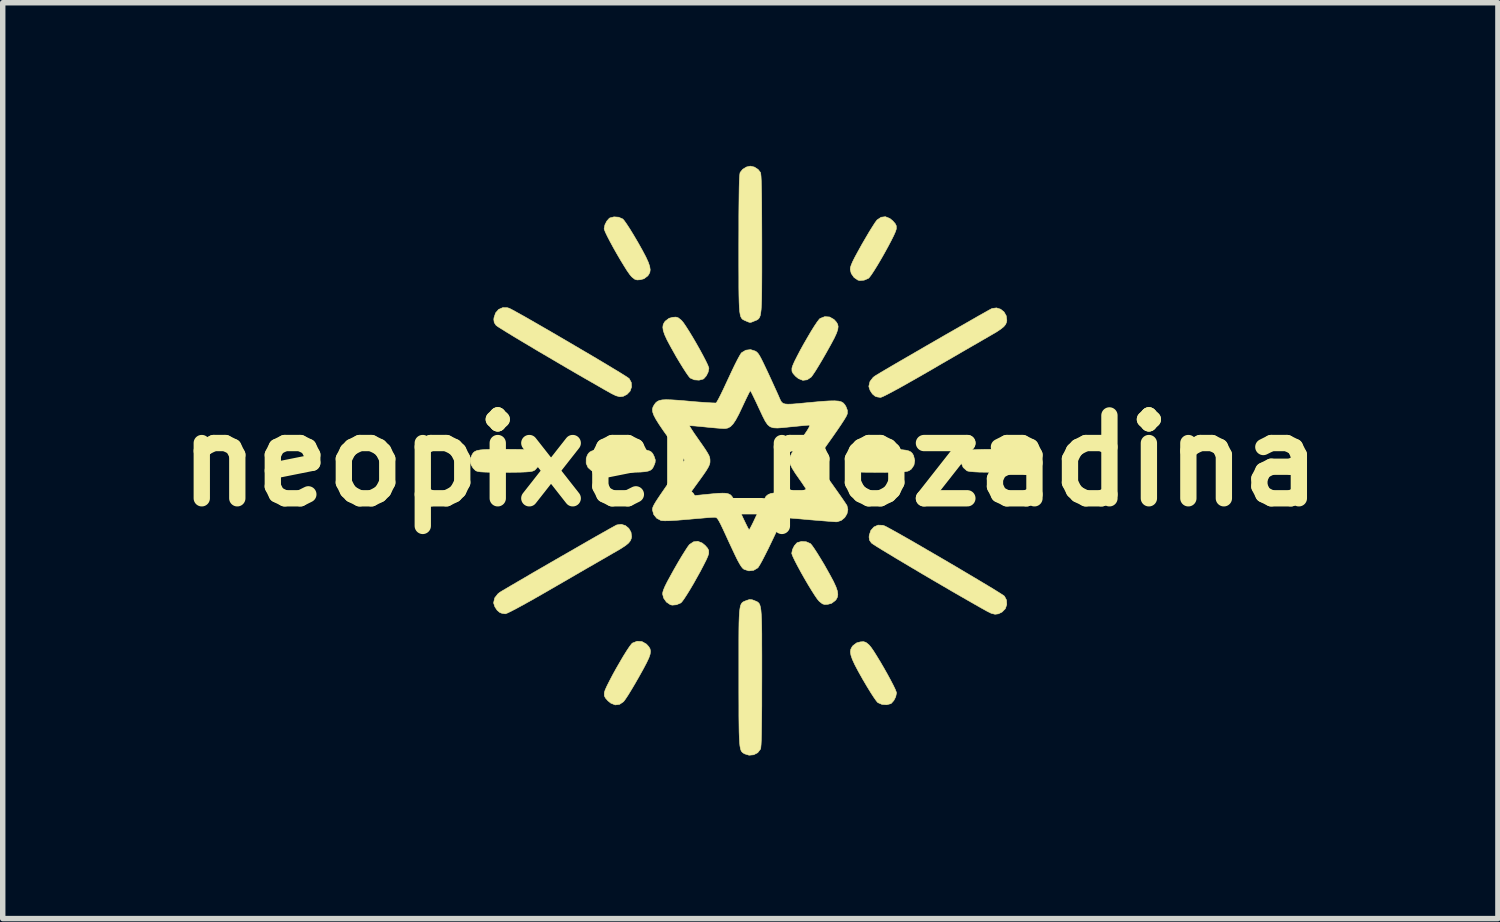
<source format=kicad_pcb>
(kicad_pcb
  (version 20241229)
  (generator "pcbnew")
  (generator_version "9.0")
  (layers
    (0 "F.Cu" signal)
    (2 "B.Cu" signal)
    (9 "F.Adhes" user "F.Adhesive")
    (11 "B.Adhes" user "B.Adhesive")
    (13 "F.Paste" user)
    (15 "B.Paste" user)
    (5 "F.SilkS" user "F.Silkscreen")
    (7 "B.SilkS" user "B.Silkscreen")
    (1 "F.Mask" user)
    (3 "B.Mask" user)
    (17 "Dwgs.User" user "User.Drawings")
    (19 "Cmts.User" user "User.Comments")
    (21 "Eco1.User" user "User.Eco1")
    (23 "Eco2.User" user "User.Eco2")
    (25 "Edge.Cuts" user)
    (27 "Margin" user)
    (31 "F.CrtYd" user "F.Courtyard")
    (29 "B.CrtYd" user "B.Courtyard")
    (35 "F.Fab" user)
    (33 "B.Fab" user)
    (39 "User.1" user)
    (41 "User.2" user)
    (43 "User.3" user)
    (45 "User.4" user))
  (footprint "neopixel_pozadina"
    (layer "F.Cu")
    (at 10.748 5.424)
    (property "Reference" "neopixel_pozadina" (at 0 0 0) (layer "F.SilkS") (effects (font (size 1.524 1.524) (thickness 0.3))))
    (attr through_hole)
    (fp_poly (pts (xy -0.885 1.512) (xy -0.831 1.556) (xy -0.786 1.607) (xy -0.766 1.647) (xy -0.765 1.696) (xy -0.767 1.711) (xy -0.781 1.755) (xy -0.813 1.827) (xy -0.86 1.919) (xy -0.916 2.027) (xy -0.98 2.142) (xy -1.045 2.258) (xy -1.11 2.368) (xy -1.17 2.465) (xy -1.221 2.543) (xy -1.26 2.595) (xy -1.278 2.613) (xy -1.358 2.647) (xy -1.436 2.654) (xy -1.471 2.646) (xy -1.543 2.597) (xy -1.594 2.524) (xy -1.613 2.45) (xy -1.609 2.416) (xy -1.595 2.37) (xy -1.569 2.308) (xy -1.527 2.224) (xy -1.467 2.114) (xy -1.396 1.986) (xy -1.327 1.866) (xy -1.261 1.755) (xy -1.202 1.661) (xy -1.155 1.588) (xy -1.123 1.545) (xy -1.119 1.54) (xy -1.045 1.49) (xy -0.966 1.48) (xy -0.885 1.512)) (stroke (width 0.01) (type solid)) (fill yes) (layer "F.SilkS"))
    (fp_poly (pts (xy 2.565 -4.457) (xy 2.619 -4.413) (xy 2.664 -4.362) (xy 2.684 -4.322) (xy 2.685 -4.273) (xy 2.683 -4.258) (xy 2.669 -4.214) (xy 2.637 -4.142) (xy 2.591 -4.05) (xy 2.534 -3.942) (xy 2.471 -3.827) (xy 2.405 -3.711) (xy 2.34 -3.601) (xy 2.28 -3.504) (xy 2.229 -3.426) (xy 2.19 -3.374) (xy 2.173 -3.356) (xy 2.093 -3.322) (xy 2.014 -3.315) (xy 1.979 -3.323) (xy 1.907 -3.372) (xy 1.856 -3.445) (xy 1.838 -3.519) (xy 1.841 -3.553) (xy 1.855 -3.599) (xy 1.881 -3.661) (xy 1.923 -3.745) (xy 1.983 -3.855) (xy 2.054 -3.983) (xy 2.124 -4.103) (xy 2.189 -4.214) (xy 2.248 -4.308) (xy 2.295 -4.381) (xy 2.327 -4.424) (xy 2.331 -4.429) (xy 2.405 -4.479) (xy 2.484 -4.489) (xy 2.565 -4.457)) (stroke (width 0.01) (type solid)) (fill yes) (layer "F.SilkS"))
    (fp_poly (pts (xy -1.993 3.324) (xy -1.913 3.369) (xy -1.902 3.38) (xy -1.867 3.419) (xy -1.844 3.458) (xy -1.836 3.501) (xy -1.842 3.555) (xy -1.865 3.623) (xy -1.907 3.712) (xy -1.967 3.826) (xy -2.048 3.971) (xy -2.054 3.982) (xy -2.123 4.102) (xy -2.189 4.213) (xy -2.247 4.308) (xy -2.295 4.38) (xy -2.327 4.424) (xy -2.331 4.429) (xy -2.405 4.479) (xy -2.484 4.489) (xy -2.565 4.457) (xy -2.619 4.413) (xy -2.664 4.362) (xy -2.684 4.322) (xy -2.685 4.273) (xy -2.683 4.258) (xy -2.669 4.213) (xy -2.636 4.14) (xy -2.589 4.047) (xy -2.532 3.938) (xy -2.468 3.822) (xy -2.401 3.706) (xy -2.336 3.595) (xy -2.275 3.497) (xy -2.223 3.419) (xy -2.184 3.368) (xy -2.168 3.352) (xy -2.081 3.318) (xy -1.993 3.324)) (stroke (width 0.01) (type solid)) (fill yes) (layer "F.SilkS"))
    (fp_poly (pts (xy 1.457 -2.645) (xy 1.537 -2.6) (xy 1.548 -2.589) (xy 1.583 -2.55) (xy 1.606 -2.511) (xy 1.615 -2.468) (xy 1.608 -2.414) (xy 1.585 -2.346) (xy 1.544 -2.257) (xy 1.483 -2.143) (xy 1.402 -1.998) (xy 1.396 -1.987) (xy 1.327 -1.867) (xy 1.261 -1.756) (xy 1.203 -1.661) (xy 1.155 -1.589) (xy 1.124 -1.545) (xy 1.119 -1.54) (xy 1.045 -1.49) (xy 0.966 -1.48) (xy 0.885 -1.512) (xy 0.831 -1.556) (xy 0.786 -1.607) (xy 0.766 -1.647) (xy 0.765 -1.696) (xy 0.767 -1.711) (xy 0.782 -1.756) (xy 0.814 -1.829) (xy 0.861 -1.922) (xy 0.918 -2.031) (xy 0.982 -2.147) (xy 1.049 -2.263) (xy 1.114 -2.374) (xy 1.175 -2.472) (xy 1.227 -2.55) (xy 1.266 -2.601) (xy 1.282 -2.617) (xy 1.369 -2.651) (xy 1.457 -2.645)) (stroke (width 0.01) (type solid)) (fill yes) (layer "F.SilkS"))
    (fp_poly (pts (xy -2.422 -4.48) (xy -2.348 -4.448) (xy -2.343 -4.445) (xy -2.316 -4.413) (xy -2.273 -4.352) (xy -2.217 -4.266) (xy -2.153 -4.162) (xy -2.085 -4.047) (xy -2.073 -4.027) (xy -1.986 -3.872) (xy -1.921 -3.749) (xy -1.876 -3.651) (xy -1.85 -3.574) (xy -1.841 -3.513) (xy -1.848 -3.464) (xy -1.871 -3.421) (xy -1.887 -3.4) (xy -1.956 -3.348) (xy -2.024 -3.33) (xy -2.082 -3.326) (xy -2.125 -3.339) (xy -2.171 -3.375) (xy -2.186 -3.389) (xy -2.22 -3.43) (xy -2.268 -3.499) (xy -2.325 -3.59) (xy -2.389 -3.695) (xy -2.455 -3.808) (xy -2.52 -3.923) (xy -2.579 -4.032) (xy -2.629 -4.128) (xy -2.666 -4.205) (xy -2.686 -4.257) (xy -2.688 -4.27) (xy -2.674 -4.339) (xy -2.64 -4.407) (xy -2.595 -4.458) (xy -2.584 -4.466) (xy -2.507 -4.486) (xy -2.422 -4.48)) (stroke (width 0.01) (type solid)) (fill yes) (layer "F.SilkS"))
    (fp_poly (pts (xy -1.326 -2.63) (xy -1.28 -2.594) (xy -1.264 -2.58) (xy -1.23 -2.539) (xy -1.183 -2.47) (xy -1.125 -2.379) (xy -1.061 -2.274) (xy -0.995 -2.161) (xy -0.93 -2.046) (xy -0.871 -1.937) (xy -0.821 -1.841) (xy -0.784 -1.764) (xy -0.764 -1.712) (xy -0.762 -1.699) (xy -0.776 -1.63) (xy -0.81 -1.562) (xy -0.855 -1.511) (xy -0.867 -1.503) (xy -0.943 -1.483) (xy -1.028 -1.489) (xy -1.102 -1.521) (xy -1.107 -1.524) (xy -1.134 -1.556) (xy -1.177 -1.617) (xy -1.233 -1.703) (xy -1.297 -1.807) (xy -1.366 -1.922) (xy -1.377 -1.942) (xy -1.464 -2.097) (xy -1.53 -2.22) (xy -1.575 -2.318) (xy -1.601 -2.395) (xy -1.609 -2.456) (xy -1.602 -2.505) (xy -1.58 -2.548) (xy -1.563 -2.569) (xy -1.494 -2.621) (xy -1.426 -2.639) (xy -1.368 -2.643) (xy -1.326 -2.63)) (stroke (width 0.01) (type solid)) (fill yes) (layer "F.SilkS"))
    (fp_poly (pts (xy 1.028 1.489) (xy 1.102 1.521) (xy 1.107 1.524) (xy 1.134 1.556) (xy 1.177 1.617) (xy 1.233 1.703) (xy 1.297 1.807) (xy 1.366 1.922) (xy 1.377 1.942) (xy 1.464 2.097) (xy 1.53 2.22) (xy 1.575 2.318) (xy 1.601 2.395) (xy 1.609 2.456) (xy 1.602 2.505) (xy 1.58 2.548) (xy 1.563 2.569) (xy 1.494 2.621) (xy 1.426 2.639) (xy 1.368 2.643) (xy 1.326 2.63) (xy 1.28 2.594) (xy 1.264 2.58) (xy 1.23 2.539) (xy 1.183 2.47) (xy 1.125 2.379) (xy 1.061 2.274) (xy 0.995 2.161) (xy 0.93 2.046) (xy 0.871 1.937) (xy 0.821 1.841) (xy 0.784 1.764) (xy 0.764 1.712) (xy 0.762 1.699) (xy 0.776 1.63) (xy 0.81 1.562) (xy 0.855 1.511) (xy 0.867 1.503) (xy 0.943 1.483) (xy 1.028 1.489)) (stroke (width 0.01) (type solid)) (fill yes) (layer "F.SilkS"))
    (fp_poly (pts (xy 2.125 3.339) (xy 2.171 3.375) (xy 2.186 3.389) (xy 2.22 3.43) (xy 2.268 3.499) (xy 2.325 3.59) (xy 2.389 3.695) (xy 2.455 3.808) (xy 2.52 3.923) (xy 2.579 4.032) (xy 2.629 4.128) (xy 2.666 4.205) (xy 2.686 4.257) (xy 2.688 4.27) (xy 2.674 4.339) (xy 2.64 4.407) (xy 2.595 4.458) (xy 2.584 4.466) (xy 2.507 4.486) (xy 2.422 4.48) (xy 2.348 4.448) (xy 2.343 4.445) (xy 2.316 4.413) (xy 2.273 4.352) (xy 2.217 4.266) (xy 2.153 4.162) (xy 2.085 4.047) (xy 2.073 4.027) (xy 1.986 3.872) (xy 1.921 3.749) (xy 1.876 3.651) (xy 1.85 3.574) (xy 1.841 3.513) (xy 1.848 3.464) (xy 1.871 3.421) (xy 1.887 3.4) (xy 1.956 3.348) (xy 2.024 3.33) (xy 2.082 3.326) (xy 2.125 3.339)) (stroke (width 0.01) (type solid)) (fill yes) (layer "F.SilkS"))
    (fp_poly (pts (xy -2.207 -0.211) (xy -2.077 -0.209) (xy -1.979 -0.205) (xy -1.907 -0.196) (xy -1.856 -0.182) (xy -1.82 -0.161) (xy -1.795 -0.133) (xy -1.776 -0.096) (xy -1.765 -0.071) (xy -1.747 -0.015) (xy -1.751 0.033) (xy -1.765 0.071) (xy -1.784 0.114) (xy -1.805 0.147) (xy -1.834 0.171) (xy -1.875 0.188) (xy -1.934 0.2) (xy -2.016 0.207) (xy -2.127 0.21) (xy -2.271 0.211) (xy -2.381 0.211) (xy -2.552 0.21) (xy -2.686 0.208) (xy -2.786 0.203) (xy -2.856 0.197) (xy -2.901 0.189) (xy -2.919 0.182) (xy -2.985 0.123) (xy -3.019 0.045) (xy -3.018 -0.044) (xy -2.997 -0.103) (xy -2.977 -0.136) (xy -2.952 -0.161) (xy -2.917 -0.18) (xy -2.866 -0.194) (xy -2.795 -0.203) (xy -2.698 -0.208) (xy -2.57 -0.211) (xy -2.405 -0.212) (xy -2.374 -0.212) (xy -2.207 -0.211)) (stroke (width 0.01) (type solid)) (fill yes) (layer "F.SilkS"))
    (fp_poly (pts (xy 4.693 -0.211) (xy 4.823 -0.209) (xy 4.922 -0.205) (xy 4.994 -0.196) (xy 5.045 -0.182) (xy 5.08 -0.161) (xy 5.105 -0.133) (xy 5.125 -0.096) (xy 5.135 -0.071) (xy 5.154 -0.015) (xy 5.149 0.033) (xy 5.135 0.071) (xy 5.116 0.114) (xy 5.095 0.147) (xy 5.067 0.171) (xy 5.026 0.188) (xy 4.967 0.2) (xy 4.884 0.207) (xy 4.774 0.21) (xy 4.629 0.211) (xy 4.52 0.211) (xy 4.348 0.21) (xy 4.214 0.208) (xy 4.114 0.203) (xy 4.044 0.197) (xy 4 0.189) (xy 3.982 0.182) (xy 3.915 0.123) (xy 3.881 0.045) (xy 3.882 -0.044) (xy 3.904 -0.103) (xy 3.923 -0.136) (xy 3.948 -0.161) (xy 3.984 -0.18) (xy 4.034 -0.194) (xy 4.105 -0.203) (xy 4.203 -0.208) (xy 4.331 -0.211) (xy 4.495 -0.212) (xy 4.526 -0.212) (xy 4.693 -0.211)) (stroke (width 0.01) (type solid)) (fill yes) (layer "F.SilkS"))
    (fp_poly (pts (xy -4.357 -0.211) (xy -4.228 -0.209) (xy -4.131 -0.206) (xy -4.061 -0.2) (xy -4.013 -0.192) (xy -3.983 -0.182) (xy -3.982 -0.182) (xy -3.918 -0.127) (xy -3.883 -0.054) (xy -3.878 0.026) (xy -3.903 0.104) (xy -3.957 0.166) (xy -3.982 0.182) (xy -4.012 0.192) (xy -4.058 0.2) (xy -4.127 0.205) (xy -4.223 0.209) (xy -4.351 0.211) (xy -4.516 0.212) (xy -4.524 0.212) (xy -4.683 0.211) (xy -4.806 0.21) (xy -4.897 0.207) (xy -4.963 0.203) (xy -5.008 0.196) (xy -5.038 0.187) (xy -5.056 0.177) (xy -5.099 0.133) (xy -5.134 0.075) (xy -5.135 0.071) (xy -5.154 0.015) (xy -5.149 -0.033) (xy -5.135 -0.071) (xy -5.116 -0.114) (xy -5.095 -0.147) (xy -5.066 -0.171) (xy -5.025 -0.189) (xy -4.965 -0.2) (xy -4.883 -0.207) (xy -4.771 -0.21) (xy -4.626 -0.212) (xy -4.524 -0.212) (xy -4.357 -0.211)) (stroke (width 0.01) (type solid)) (fill yes) (layer "F.SilkS"))
    (fp_poly (pts (xy 2.548 -0.211) (xy 2.683 -0.209) (xy 2.786 -0.204) (xy 2.862 -0.195) (xy 2.916 -0.181) (xy 2.953 -0.162) (xy 2.979 -0.136) (xy 2.998 -0.103) (xy 3.002 -0.096) (xy 3.024 -0.005) (xy 3.009 0.081) (xy 2.962 0.151) (xy 2.918 0.182) (xy 2.888 0.192) (xy 2.842 0.2) (xy 2.773 0.205) (xy 2.677 0.209) (xy 2.549 0.211) (xy 2.384 0.212) (xy 2.376 0.212) (xy 2.217 0.211) (xy 2.094 0.21) (xy 2.003 0.207) (xy 1.938 0.203) (xy 1.893 0.196) (xy 1.863 0.187) (xy 1.844 0.177) (xy 1.802 0.133) (xy 1.766 0.075) (xy 1.765 0.071) (xy 1.747 0.015) (xy 1.751 -0.033) (xy 1.765 -0.071) (xy 1.784 -0.114) (xy 1.805 -0.147) (xy 1.834 -0.171) (xy 1.876 -0.189) (xy 1.935 -0.2) (xy 2.018 -0.207) (xy 2.129 -0.21) (xy 2.275 -0.212) (xy 2.376 -0.212) (xy 2.548 -0.211)) (stroke (width 0.01) (type solid)) (fill yes) (layer "F.SilkS"))
    (fp_poly (pts (xy -4.466 -2.815) (xy -4.434 -2.805) (xy -4.395 -2.786) (xy -4.325 -2.748) (xy -4.228 -2.694) (xy -4.107 -2.626) (xy -3.968 -2.546) (xy -3.813 -2.457) (xy -3.647 -2.361) (xy -3.474 -2.26) (xy -3.298 -2.157) (xy -3.123 -2.054) (xy -2.952 -1.954) (xy -2.79 -1.858) (xy -2.641 -1.769) (xy -2.509 -1.689) (xy -2.398 -1.622) (xy -2.311 -1.568) (xy -2.253 -1.53) (xy -2.228 -1.512) (xy -2.189 -1.44) (xy -2.184 -1.358) (xy -2.211 -1.281) (xy -2.267 -1.222) (xy -2.269 -1.221) (xy -2.337 -1.186) (xy -2.4 -1.178) (xy -2.471 -1.197) (xy -2.551 -1.236) (xy -2.685 -1.311) (xy -2.836 -1.398) (xy -3.002 -1.493) (xy -3.177 -1.594) (xy -3.358 -1.699) (xy -3.542 -1.807) (xy -3.724 -1.914) (xy -3.902 -2.018) (xy -4.069 -2.118) (xy -4.225 -2.211) (xy -4.363 -2.294) (xy -4.481 -2.366) (xy -4.574 -2.424) (xy -4.639 -2.465) (xy -4.672 -2.489) (xy -4.675 -2.491) (xy -4.709 -2.542) (xy -4.717 -2.597) (xy -4.714 -2.63) (xy -4.684 -2.72) (xy -4.628 -2.784) (xy -4.552 -2.817) (xy -4.466 -2.815)) (stroke (width 0.01) (type solid)) (fill yes) (layer "F.SilkS"))
    (fp_poly (pts (xy 2.435 1.186) (xy 2.466 1.196) (xy 2.505 1.215) (xy 2.575 1.253) (xy 2.673 1.307) (xy 2.793 1.375) (xy 2.933 1.454) (xy 3.087 1.543) (xy 3.253 1.64) (xy 3.426 1.74) (xy 3.602 1.843) (xy 3.778 1.946) (xy 3.948 2.047) (xy 4.11 2.143) (xy 4.259 2.232) (xy 4.391 2.311) (xy 4.503 2.379) (xy 4.589 2.433) (xy 4.647 2.47) (xy 4.673 2.489) (xy 4.711 2.561) (xy 4.716 2.642) (xy 4.69 2.719) (xy 4.633 2.778) (xy 4.631 2.78) (xy 4.563 2.814) (xy 4.5 2.822) (xy 4.429 2.804) (xy 4.349 2.764) (xy 4.215 2.689) (xy 4.064 2.603) (xy 3.899 2.508) (xy 3.723 2.407) (xy 3.542 2.301) (xy 3.358 2.194) (xy 3.176 2.087) (xy 2.999 1.982) (xy 2.831 1.882) (xy 2.676 1.79) (xy 2.538 1.706) (xy 2.42 1.635) (xy 2.326 1.577) (xy 2.261 1.535) (xy 2.228 1.512) (xy 2.226 1.509) (xy 2.192 1.459) (xy 2.184 1.404) (xy 2.187 1.37) (xy 2.216 1.281) (xy 2.273 1.217) (xy 2.348 1.183) (xy 2.435 1.186)) (stroke (width 0.01) (type solid)) (fill yes) (layer "F.SilkS"))
    (fp_poly (pts (xy -2.297 1.191) (xy -2.235 1.242) (xy -2.194 1.313) (xy -2.183 1.395) (xy -2.189 1.428) (xy -2.206 1.47) (xy -2.239 1.512) (xy -2.293 1.557) (xy -2.375 1.611) (xy -2.475 1.67) (xy -2.53 1.701) (xy -2.617 1.752) (xy -2.732 1.818) (xy -2.87 1.898) (xy -3.027 1.988) (xy -3.198 2.087) (xy -3.378 2.192) (xy -3.555 2.294) (xy -3.776 2.422) (xy -3.972 2.534) (xy -4.14 2.628) (xy -4.279 2.704) (xy -4.386 2.76) (xy -4.461 2.797) (xy -4.502 2.813) (xy -4.507 2.814) (xy -4.568 2.804) (xy -4.605 2.791) (xy -4.655 2.749) (xy -4.697 2.686) (xy -4.719 2.62) (xy -4.72 2.607) (xy -4.7 2.521) (xy -4.641 2.446) (xy -4.608 2.42) (xy -4.57 2.396) (xy -4.5 2.355) (xy -4.404 2.298) (xy -4.284 2.228) (xy -4.145 2.147) (xy -3.992 2.057) (xy -3.827 1.962) (xy -3.656 1.863) (xy -3.481 1.762) (xy -3.308 1.663) (xy -3.14 1.566) (xy -2.982 1.475) (xy -2.837 1.392) (xy -2.709 1.32) (xy -2.603 1.26) (xy -2.522 1.215) (xy -2.471 1.187) (xy -2.455 1.179) (xy -2.373 1.168) (xy -2.297 1.191)) (stroke (width 0.01) (type solid)) (fill yes) (layer "F.SilkS"))
    (fp_poly (pts (xy 4.603 -2.788) (xy 4.666 -2.737) (xy 4.706 -2.667) (xy 4.717 -2.584) (xy 4.712 -2.551) (xy 4.695 -2.509) (xy 4.662 -2.468) (xy 4.607 -2.423) (xy 4.526 -2.369) (xy 4.425 -2.31) (xy 4.37 -2.278) (xy 4.283 -2.228) (xy 4.168 -2.161) (xy 4.03 -2.082) (xy 3.873 -1.991) (xy 3.703 -1.892) (xy 3.522 -1.788) (xy 3.346 -1.685) (xy 3.124 -1.557) (xy 2.928 -1.446) (xy 2.76 -1.351) (xy 2.622 -1.276) (xy 2.514 -1.219) (xy 2.439 -1.182) (xy 2.398 -1.166) (xy 2.393 -1.166) (xy 2.332 -1.175) (xy 2.295 -1.188) (xy 2.245 -1.23) (xy 2.203 -1.294) (xy 2.181 -1.36) (xy 2.18 -1.373) (xy 2.201 -1.459) (xy 2.259 -1.534) (xy 2.292 -1.559) (xy 2.331 -1.583) (xy 2.4 -1.625) (xy 2.497 -1.682) (xy 2.616 -1.752) (xy 2.755 -1.833) (xy 2.909 -1.922) (xy 3.073 -2.017) (xy 3.245 -2.117) (xy 3.419 -2.217) (xy 3.592 -2.317) (xy 3.76 -2.413) (xy 3.919 -2.504) (xy 4.064 -2.587) (xy 4.191 -2.66) (xy 4.298 -2.72) (xy 4.378 -2.765) (xy 4.429 -2.793) (xy 4.446 -2.801) (xy 4.527 -2.812) (xy 4.603 -2.788)) (stroke (width 0.01) (type solid)) (fill yes) (layer "F.SilkS"))
    (fp_poly (pts (xy 0.075 -5.402) (xy 0.143 -5.358) (xy 0.186 -5.303) (xy 0.192 -5.278) (xy 0.197 -5.23) (xy 0.201 -5.155) (xy 0.204 -5.052) (xy 0.207 -4.919) (xy 0.209 -4.753) (xy 0.21 -4.551) (xy 0.211 -4.312) (xy 0.212 -4.034) (xy 0.212 -3.972) (xy 0.212 -3.701) (xy 0.212 -3.468) (xy 0.211 -3.272) (xy 0.21 -3.108) (xy 0.208 -2.974) (xy 0.204 -2.866) (xy 0.199 -2.782) (xy 0.191 -2.718) (xy 0.182 -2.67) (xy 0.169 -2.637) (xy 0.154 -2.614) (xy 0.135 -2.598) (xy 0.113 -2.586) (xy 0.087 -2.576) (xy 0.072 -2.57) (xy 0.024 -2.55) (xy -0.005 -2.544) (xy -0.034 -2.552) (xy -0.077 -2.57) (xy -0.104 -2.582) (xy -0.127 -2.593) (xy -0.147 -2.606) (xy -0.163 -2.626) (xy -0.177 -2.654) (xy -0.187 -2.694) (xy -0.196 -2.75) (xy -0.202 -2.825) (xy -0.206 -2.921) (xy -0.209 -3.042) (xy -0.211 -3.191) (xy -0.211 -3.372) (xy -0.212 -3.587) (xy -0.212 -3.839) (xy -0.212 -3.972) (xy -0.211 -4.259) (xy -0.211 -4.506) (xy -0.209 -4.715) (xy -0.207 -4.888) (xy -0.205 -5.028) (xy -0.202 -5.137) (xy -0.198 -5.217) (xy -0.193 -5.271) (xy -0.188 -5.3) (xy -0.186 -5.303) (xy -0.14 -5.361) (xy -0.071 -5.403) (xy 0 -5.419) (xy 0.075 -5.402)) (stroke (width 0.01) (type solid)) (fill yes) (layer "F.SilkS"))
    (fp_poly (pts (xy 0.033 2.555) (xy 0.071 2.569) (xy 0.1 2.581) (xy 0.124 2.591) (xy 0.144 2.605) (xy 0.161 2.623) (xy 0.175 2.651) (xy 0.186 2.691) (xy 0.195 2.746) (xy 0.201 2.82) (xy 0.206 2.915) (xy 0.209 3.035) (xy 0.211 3.183) (xy 0.211 3.362) (xy 0.212 3.575) (xy 0.212 3.826) (xy 0.212 3.972) (xy 0.211 4.259) (xy 0.211 4.506) (xy 0.209 4.715) (xy 0.207 4.888) (xy 0.205 5.028) (xy 0.202 5.137) (xy 0.198 5.217) (xy 0.193 5.271) (xy 0.188 5.3) (xy 0.186 5.303) (xy 0.136 5.368) (xy 0.062 5.406) (xy -0.023 5.414) (xy -0.104 5.389) (xy -0.125 5.377) (xy -0.143 5.364) (xy -0.159 5.348) (xy -0.172 5.324) (xy -0.182 5.29) (xy -0.191 5.242) (xy -0.197 5.178) (xy -0.202 5.094) (xy -0.206 4.987) (xy -0.208 4.854) (xy -0.21 4.692) (xy -0.21 4.497) (xy -0.211 4.266) (xy -0.211 3.996) (xy -0.211 3.979) (xy -0.211 3.706) (xy -0.211 3.473) (xy -0.211 3.276) (xy -0.21 3.112) (xy -0.208 2.977) (xy -0.204 2.869) (xy -0.199 2.784) (xy -0.191 2.719) (xy -0.182 2.671) (xy -0.169 2.637) (xy -0.154 2.614) (xy -0.136 2.598) (xy -0.114 2.586) (xy -0.088 2.576) (xy -0.071 2.569) (xy -0.015 2.551) (xy 0.033 2.555)) (stroke (width 0.01) (type solid)) (fill yes) (layer "F.SilkS"))
    (fp_poly (pts (xy 0.09 -2.018) (xy 0.097 -2.014) (xy 0.115 -2.002) (xy 0.132 -1.986) (xy 0.151 -1.963) (xy 0.173 -1.928) (xy 0.2 -1.878) (xy 0.234 -1.81) (xy 0.277 -1.72) (xy 0.332 -1.604) (xy 0.399 -1.458) (xy 0.481 -1.278) (xy 0.516 -1.201) (xy 0.538 -1.149) (xy 0.557 -1.108) (xy 0.576 -1.078) (xy 0.602 -1.057) (xy 0.638 -1.045) (xy 0.692 -1.041) (xy 0.767 -1.043) (xy 0.869 -1.051) (xy 1.004 -1.064) (xy 1.154 -1.078) (xy 1.32 -1.093) (xy 1.449 -1.101) (xy 1.548 -1.103) (xy 1.62 -1.098) (xy 1.673 -1.085) (xy 1.71 -1.063) (xy 1.738 -1.031) (xy 1.76 -0.994) (xy 1.785 -0.928) (xy 1.784 -0.868) (xy 1.779 -0.852) (xy 1.762 -0.815) (xy 1.723 -0.75) (xy 1.667 -0.664) (xy 1.597 -0.561) (xy 1.519 -0.449) (xy 1.49 -0.408) (xy 1.411 -0.297) (xy 1.341 -0.195) (xy 1.283 -0.109) (xy 1.242 -0.045) (xy 1.221 -0.007) (xy 1.219 0) (xy 1.231 0.026) (xy 1.265 0.081) (xy 1.316 0.158) (xy 1.381 0.254) (xy 1.456 0.362) (xy 1.485 0.402) (xy 1.565 0.515) (xy 1.638 0.618) (xy 1.7 0.707) (xy 1.746 0.775) (xy 1.773 0.816) (xy 1.777 0.822) (xy 1.794 0.897) (xy 1.778 0.974) (xy 1.736 1.044) (xy 1.673 1.096) (xy 1.597 1.121) (xy 1.581 1.122) (xy 1.54 1.12) (xy 1.464 1.114) (xy 1.361 1.106) (xy 1.238 1.096) (xy 1.102 1.085) (xy 1.059 1.081) (xy 0.925 1.069) (xy 0.807 1.059) (xy 0.71 1.051) (xy 0.641 1.046) (xy 0.605 1.044) (xy 0.602 1.044) (xy 0.593 1.063) (xy 0.568 1.116) (xy 0.53 1.195) (xy 0.482 1.297) (xy 0.426 1.415) (xy 0.392 1.486) (xy 0.33 1.615) (xy 0.271 1.732) (xy 0.219 1.833) (xy 0.176 1.91) (xy 0.146 1.958) (xy 0.137 1.969) (xy 0.061 2.014) (xy -0.027 2.024) (xy -0.111 1.997) (xy -0.118 1.994) (xy -0.142 1.974) (xy -0.168 1.941) (xy -0.199 1.891) (xy -0.238 1.82) (xy -0.286 1.721) (xy -0.347 1.591) (xy -0.392 1.495) (xy -0.458 1.351) (xy -0.509 1.241) (xy -0.548 1.16) (xy -0.578 1.104) (xy -0.601 1.068) (xy -0.62 1.048) (xy -0.638 1.04) (xy -0.658 1.038) (xy -0.666 1.038) (xy -0.706 1.04) (xy -0.781 1.045) (xy -0.883 1.054) (xy -1.005 1.064) (xy -1.137 1.076) (xy -1.153 1.077) (xy -1.331 1.092) (xy -1.472 1.101) (xy -1.574 1.103) (xy -1.636 1.099) (xy -1.644 1.097) (xy -1.721 1.056) (xy -1.776 0.988) (xy -1.799 0.906) (xy -1.799 0.899) (xy -1.798 0.881) (xy -1.794 0.861) (xy -1.784 0.835) (xy -1.767 0.802) (xy -1.74 0.756) (xy -1.701 0.696) (xy -1.668 0.647) (xy -1.138 0.647) (xy -1.116 0.647) (xy -1.06 0.643) (xy -0.978 0.635) (xy -0.878 0.625) (xy -0.857 0.623) (xy -0.708 0.608) (xy -0.595 0.598) (xy -0.511 0.595) (xy -0.45 0.597) (xy -0.407 0.606) (xy -0.374 0.621) (xy -0.357 0.633) (xy -0.33 0.666) (xy -0.291 0.731) (xy -0.243 0.821) (xy -0.191 0.927) (xy -0.171 0.971) (xy -0.123 1.074) (xy -0.081 1.161) (xy -0.048 1.227) (xy -0.027 1.264) (xy -0.021 1.27) (xy -0.009 1.252) (xy 0.018 1.202) (xy 0.056 1.126) (xy 0.1 1.032) (xy 0.125 0.979) (xy 0.174 0.874) (xy 0.22 0.781) (xy 0.258 0.707) (xy 0.284 0.661) (xy 0.291 0.651) (xy 0.329 0.62) (xy 0.38 0.6) (xy 0.451 0.59) (xy 0.548 0.59) (xy 0.678 0.6) (xy 0.744 0.606) (xy 0.851 0.617) (xy 0.946 0.625) (xy 1.019 0.63) (xy 1.061 0.631) (xy 1.065 0.63) (xy 1.076 0.622) (xy 1.072 0.6) (xy 1.051 0.559) (xy 1.011 0.495) (xy 0.949 0.403) (xy 0.912 0.35) (xy 0.828 0.23) (xy 0.769 0.136) (xy 0.732 0.06) (xy 0.72 -0.007) (xy 0.731 -0.074) (xy 0.766 -0.149) (xy 0.824 -0.241) (xy 0.907 -0.358) (xy 0.92 -0.376) (xy 0.997 -0.484) (xy 1.05 -0.563) (xy 1.08 -0.615) (xy 1.091 -0.645) (xy 1.085 -0.656) (xy 1.082 -0.656) (xy 1.048 -0.654) (xy 0.98 -0.648) (xy 0.887 -0.639) (xy 0.778 -0.628) (xy 0.733 -0.624) (xy 0.6 -0.61) (xy 0.499 -0.603) (xy 0.423 -0.607) (xy 0.365 -0.626) (xy 0.318 -0.665) (xy 0.275 -0.728) (xy 0.228 -0.82) (xy 0.17 -0.944) (xy 0.157 -0.971) (xy 0.108 -1.077) (xy 0.064 -1.168) (xy 0.03 -1.238) (xy 0.007 -1.28) (xy 0 -1.29) (xy -0.012 -1.272) (xy -0.038 -1.221) (xy -0.075 -1.146) (xy -0.12 -1.051) (xy -0.147 -0.993) (xy -0.213 -0.854) (xy -0.269 -0.75) (xy -0.318 -0.677) (xy -0.365 -0.629) (xy -0.413 -0.603) (xy -0.466 -0.593) (xy -0.483 -0.593) (xy -0.534 -0.596) (xy -0.616 -0.602) (xy -0.718 -0.611) (xy -0.828 -0.622) (xy -0.836 -0.623) (xy -0.939 -0.633) (xy -1.026 -0.641) (xy -1.088 -0.645) (xy -1.118 -0.645) (xy -1.119 -0.645) (xy -1.11 -0.626) (xy -1.081 -0.579) (xy -1.036 -0.51) (xy -0.978 -0.427) (xy -0.958 -0.398) (xy -0.88 -0.287) (xy -0.823 -0.203) (xy -0.785 -0.142) (xy -0.76 -0.096) (xy -0.747 -0.06) (xy -0.742 -0.026) (xy -0.741 0.007) (xy -0.743 0.039) (xy -0.753 0.074) (xy -0.773 0.117) (xy -0.806 0.173) (xy -0.856 0.247) (xy -0.925 0.344) (xy -1.017 0.47) (xy -1.018 0.472) (xy -1.07 0.544) (xy -1.11 0.602) (xy -1.134 0.639) (xy -1.138 0.647) (xy -1.668 0.647) (xy -1.648 0.617) (xy -1.58 0.518) (xy -1.494 0.393) (xy -1.387 0.241) (xy -1.259 0.057) (xy -1.248 0.041) (xy -1.21 -0.012) (xy -1.496 -0.411) (xy -1.6 -0.557) (xy -1.68 -0.675) (xy -1.738 -0.768) (xy -1.776 -0.841) (xy -1.796 -0.899) (xy -1.8 -0.947) (xy -1.79 -0.988) (xy -1.768 -1.028) (xy -1.742 -1.064) (xy -1.712 -1.09) (xy -1.674 -1.109) (xy -1.621 -1.12) (xy -1.548 -1.124) (xy -1.45 -1.121) (xy -1.322 -1.113) (xy -1.158 -1.099) (xy -1.127 -1.096) (xy -0.989 -1.084) (xy -0.865 -1.075) (xy -0.761 -1.068) (xy -0.683 -1.064) (xy -0.638 -1.063) (xy -0.63 -1.064) (xy -0.614 -1.085) (xy -0.583 -1.14) (xy -0.541 -1.222) (xy -0.491 -1.326) (xy -0.435 -1.446) (xy -0.406 -1.508) (xy -0.346 -1.637) (xy -0.29 -1.754) (xy -0.239 -1.855) (xy -0.197 -1.932) (xy -0.168 -1.979) (xy -0.16 -1.988) (xy -0.083 -2.034) (xy 0.005 -2.045) (xy 0.09 -2.018)) (stroke (width 0.01) (type solid)) (fill yes) (layer "F.SilkS")))
  (gr_rect
    (start -3 -3)
    (end 24.496 13.843)
    (stroke (width 0.1) (type default))
    (fill no)
    (layer "Edge.Cuts")))
</source>
